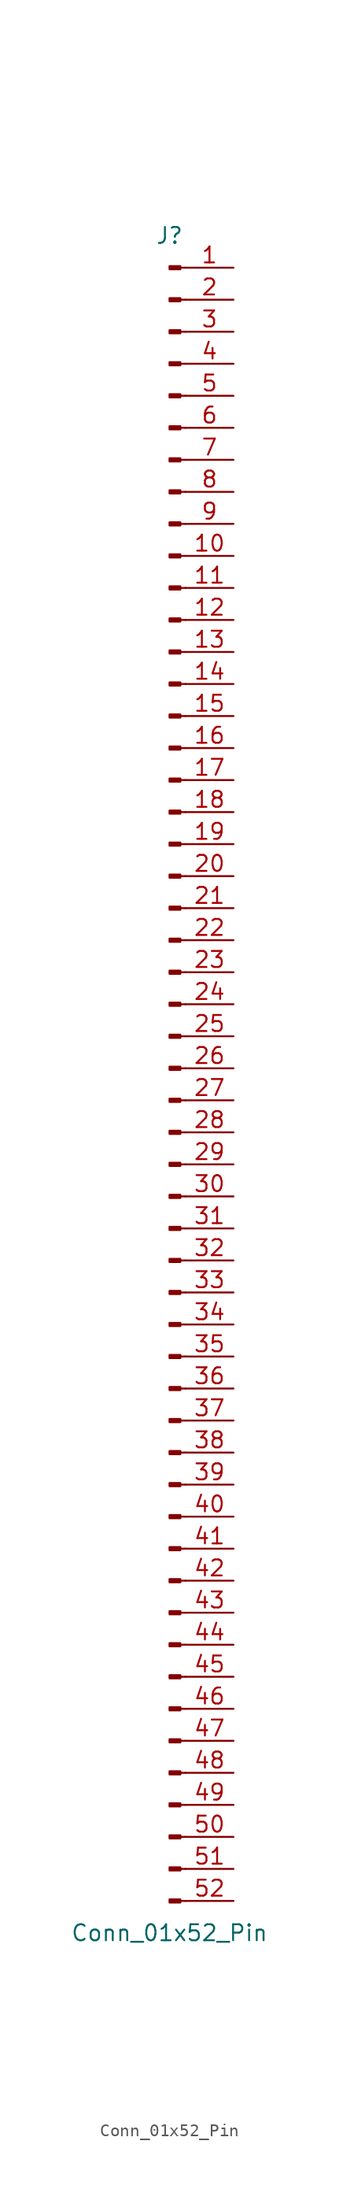
<source format=kicad_sym>
(kicad_symbol_lib
  (version 20220914)
  (generator kicad_symbol_editor)
  (symbol "Conn_01x52_Pin"
    (pin_names
      (offset 1.016) hide)
    (property "Reference" "J"
      (at 0 66.04 0)
      (effects (font (size 1.27 1.27))))
    (property "Value" "Conn_01x52_Pin"
      (at 0 -68.58 0)
      (effects (font (size 1.27 1.27))))
    (property "ki_locked" ""
      (at 0 0 0)
      (effects (font (size 1.27 1.27))))
    (symbol "Conn_01x52_Pin_1_1"
      (polyline (pts (xy 1.27 -66.04) (xy 0.864 -66.04)) (stroke (width 0.152) (type default)) (fill (type none)))
      (polyline (pts (xy 1.27 -63.5) (xy 0.864 -63.5)) (stroke (width 0.152) (type default)) (fill (type none)))
      (polyline (pts (xy 1.27 -60.96) (xy 0.864 -60.96)) (stroke (width 0.152) (type default)) (fill (type none)))
      (polyline (pts (xy 1.27 -58.42) (xy 0.864 -58.42)) (stroke (width 0.152) (type default)) (fill (type none)))
      (polyline (pts (xy 1.27 -55.88) (xy 0.864 -55.88)) (stroke (width 0.152) (type default)) (fill (type none)))
      (polyline (pts (xy 1.27 -53.34) (xy 0.864 -53.34)) (stroke (width 0.152) (type default)) (fill (type none)))
      (polyline (pts (xy 1.27 -50.8) (xy 0.864 -50.8)) (stroke (width 0.152) (type default)) (fill (type none)))
      (polyline (pts (xy 1.27 -48.26) (xy 0.864 -48.26)) (stroke (width 0.152) (type default)) (fill (type none)))
      (polyline (pts (xy 1.27 -45.72) (xy 0.864 -45.72)) (stroke (width 0.152) (type default)) (fill (type none)))
      (polyline (pts (xy 1.27 -43.18) (xy 0.864 -43.18)) (stroke (width 0.152) (type default)) (fill (type none)))
      (polyline (pts (xy 1.27 -40.64) (xy 0.864 -40.64)) (stroke (width 0.152) (type default)) (fill (type none)))
      (polyline (pts (xy 1.27 -38.1) (xy 0.864 -38.1)) (stroke (width 0.152) (type default)) (fill (type none)))
      (polyline (pts (xy 1.27 -35.56) (xy 0.864 -35.56)) (stroke (width 0.152) (type default)) (fill (type none)))
      (polyline (pts (xy 1.27 -33.02) (xy 0.864 -33.02)) (stroke (width 0.152) (type default)) (fill (type none)))
      (polyline (pts (xy 1.27 -30.48) (xy 0.864 -30.48)) (stroke (width 0.152) (type default)) (fill (type none)))
      (polyline (pts (xy 1.27 -27.94) (xy 0.864 -27.94)) (stroke (width 0.152) (type default)) (fill (type none)))
      (polyline (pts (xy 1.27 -25.4) (xy 0.864 -25.4)) (stroke (width 0.152) (type default)) (fill (type none)))
      (polyline (pts (xy 1.27 -22.86) (xy 0.864 -22.86)) (stroke (width 0.152) (type default)) (fill (type none)))
      (polyline (pts (xy 1.27 -20.32) (xy 0.864 -20.32)) (stroke (width 0.152) (type default)) (fill (type none)))
      (polyline (pts (xy 1.27 -17.78) (xy 0.864 -17.78)) (stroke (width 0.152) (type default)) (fill (type none)))
      (polyline (pts (xy 1.27 -15.24) (xy 0.864 -15.24)) (stroke (width 0.152) (type default)) (fill (type none)))
      (polyline (pts (xy 1.27 -12.7) (xy 0.864 -12.7)) (stroke (width 0.152) (type default)) (fill (type none)))
      (polyline (pts (xy 1.27 -10.16) (xy 0.864 -10.16)) (stroke (width 0.152) (type default)) (fill (type none)))
      (polyline (pts (xy 1.27 -7.62) (xy 0.864 -7.62)) (stroke (width 0.152) (type default)) (fill (type none)))
      (polyline (pts (xy 1.27 -5.08) (xy 0.864 -5.08)) (stroke (width 0.152) (type default)) (fill (type none)))
      (polyline (pts (xy 1.27 -2.54) (xy 0.864 -2.54)) (stroke (width 0.152) (type default)) (fill (type none)))
      (polyline (pts (xy 1.27 0) (xy 0.864 0)) (stroke (width 0.152) (type default)) (fill (type none)))
      (polyline (pts (xy 1.27 2.54) (xy 0.864 2.54)) (stroke (width 0.152) (type default)) (fill (type none)))
      (polyline (pts (xy 1.27 5.08) (xy 0.864 5.08)) (stroke (width 0.152) (type default)) (fill (type none)))
      (polyline (pts (xy 1.27 7.62) (xy 0.864 7.62)) (stroke (width 0.152) (type default)) (fill (type none)))
      (polyline (pts (xy 1.27 10.16) (xy 0.864 10.16)) (stroke (width 0.152) (type default)) (fill (type none)))
      (polyline (pts (xy 1.27 12.7) (xy 0.864 12.7)) (stroke (width 0.152) (type default)) (fill (type none)))
      (polyline (pts (xy 1.27 15.24) (xy 0.864 15.24)) (stroke (width 0.152) (type default)) (fill (type none)))
      (polyline (pts (xy 1.27 17.78) (xy 0.864 17.78)) (stroke (width 0.152) (type default)) (fill (type none)))
      (polyline (pts (xy 1.27 20.32) (xy 0.864 20.32)) (stroke (width 0.152) (type default)) (fill (type none)))
      (polyline (pts (xy 1.27 22.86) (xy 0.864 22.86)) (stroke (width 0.152) (type default)) (fill (type none)))
      (polyline (pts (xy 1.27 25.4) (xy 0.864 25.4)) (stroke (width 0.152) (type default)) (fill (type none)))
      (polyline (pts (xy 1.27 27.94) (xy 0.864 27.94)) (stroke (width 0.152) (type default)) (fill (type none)))
      (polyline (pts (xy 1.27 30.48) (xy 0.864 30.48)) (stroke (width 0.152) (type default)) (fill (type none)))
      (polyline (pts (xy 1.27 33.02) (xy 0.864 33.02)) (stroke (width 0.152) (type default)) (fill (type none)))
      (polyline (pts (xy 1.27 35.56) (xy 0.864 35.56)) (stroke (width 0.152) (type default)) (fill (type none)))
      (polyline (pts (xy 1.27 38.1) (xy 0.864 38.1)) (stroke (width 0.152) (type default)) (fill (type none)))
      (polyline (pts (xy 1.27 40.64) (xy 0.864 40.64)) (stroke (width 0.152) (type default)) (fill (type none)))
      (polyline (pts (xy 1.27 43.18) (xy 0.864 43.18)) (stroke (width 0.152) (type default)) (fill (type none)))
      (polyline (pts (xy 1.27 45.72) (xy 0.864 45.72)) (stroke (width 0.152) (type default)) (fill (type none)))
      (polyline (pts (xy 1.27 48.26) (xy 0.864 48.26)) (stroke (width 0.152) (type default)) (fill (type none)))
      (polyline (pts (xy 1.27 50.8) (xy 0.864 50.8)) (stroke (width 0.152) (type default)) (fill (type none)))
      (polyline (pts (xy 1.27 53.34) (xy 0.864 53.34)) (stroke (width 0.152) (type default)) (fill (type none)))
      (polyline (pts (xy 1.27 55.88) (xy 0.864 55.88)) (stroke (width 0.152) (type default)) (fill (type none)))
      (polyline (pts (xy 1.27 58.42) (xy 0.864 58.42)) (stroke (width 0.152) (type default)) (fill (type none)))
      (polyline (pts (xy 1.27 60.96) (xy 0.864 60.96)) (stroke (width 0.152) (type default)) (fill (type none)))
      (polyline (pts (xy 1.27 63.5) (xy 0.864 63.5)) (stroke (width 0.152) (type default)) (fill (type none)))
      (rectangle (start 0.864 -65.913) (end 0 -66.167) (stroke (width 0.152) (type default)) (fill (type outline)))
      (rectangle (start 0.864 -63.373) (end 0 -63.627) (stroke (width 0.152) (type default)) (fill (type outline)))
      (rectangle (start 0.864 -60.833) (end 0 -61.087) (stroke (width 0.152) (type default)) (fill (type outline)))
      (rectangle (start 0.864 -58.293) (end 0 -58.547) (stroke (width 0.152) (type default)) (fill (type outline)))
      (rectangle (start 0.864 -55.753) (end 0 -56.007) (stroke (width 0.152) (type default)) (fill (type outline)))
      (rectangle (start 0.864 -53.213) (end 0 -53.467) (stroke (width 0.152) (type default)) (fill (type outline)))
      (rectangle (start 0.864 -50.673) (end 0 -50.927) (stroke (width 0.152) (type default)) (fill (type outline)))
      (rectangle (start 0.864 -48.133) (end 0 -48.387) (stroke (width 0.152) (type default)) (fill (type outline)))
      (rectangle (start 0.864 -45.593) (end 0 -45.847) (stroke (width 0.152) (type default)) (fill (type outline)))
      (rectangle (start 0.864 -43.053) (end 0 -43.307) (stroke (width 0.152) (type default)) (fill (type outline)))
      (rectangle (start 0.864 -40.513) (end 0 -40.767) (stroke (width 0.152) (type default)) (fill (type outline)))
      (rectangle (start 0.864 -37.973) (end 0 -38.227) (stroke (width 0.152) (type default)) (fill (type outline)))
      (rectangle (start 0.864 -35.433) (end 0 -35.687) (stroke (width 0.152) (type default)) (fill (type outline)))
      (rectangle (start 0.864 -32.893) (end 0 -33.147) (stroke (width 0.152) (type default)) (fill (type outline)))
      (rectangle (start 0.864 -30.353) (end 0 -30.607) (stroke (width 0.152) (type default)) (fill (type outline)))
      (rectangle (start 0.864 -27.813) (end 0 -28.067) (stroke (width 0.152) (type default)) (fill (type outline)))
      (rectangle (start 0.864 -25.273) (end 0 -25.527) (stroke (width 0.152) (type default)) (fill (type outline)))
      (rectangle (start 0.864 -22.733) (end 0 -22.987) (stroke (width 0.152) (type default)) (fill (type outline)))
      (rectangle (start 0.864 -20.193) (end 0 -20.447) (stroke (width 0.152) (type default)) (fill (type outline)))
      (rectangle (start 0.864 -17.653) (end 0 -17.907) (stroke (width 0.152) (type default)) (fill (type outline)))
      (rectangle (start 0.864 -15.113) (end 0 -15.367) (stroke (width 0.152) (type default)) (fill (type outline)))
      (rectangle (start 0.864 -12.573) (end 0 -12.827) (stroke (width 0.152) (type default)) (fill (type outline)))
      (rectangle (start 0.864 -10.033) (end 0 -10.287) (stroke (width 0.152) (type default)) (fill (type outline)))
      (rectangle (start 0.864 -7.493) (end 0 -7.747) (stroke (width 0.152) (type default)) (fill (type outline)))
      (rectangle (start 0.864 -4.953) (end 0 -5.207) (stroke (width 0.152) (type default)) (fill (type outline)))
      (rectangle (start 0.864 -2.413) (end 0 -2.667) (stroke (width 0.152) (type default)) (fill (type outline)))
      (rectangle (start 0.864 0.127) (end 0 -0.127) (stroke (width 0.152) (type default)) (fill (type outline)))
      (rectangle (start 0.864 2.667) (end 0 2.413) (stroke (width 0.152) (type default)) (fill (type outline)))
      (rectangle (start 0.864 5.207) (end 0 4.953) (stroke (width 0.152) (type default)) (fill (type outline)))
      (rectangle (start 0.864 7.747) (end 0 7.493) (stroke (width 0.152) (type default)) (fill (type outline)))
      (rectangle (start 0.864 10.287) (end 0 10.033) (stroke (width 0.152) (type default)) (fill (type outline)))
      (rectangle (start 0.864 12.827) (end 0 12.573) (stroke (width 0.152) (type default)) (fill (type outline)))
      (rectangle (start 0.864 15.367) (end 0 15.113) (stroke (width 0.152) (type default)) (fill (type outline)))
      (rectangle (start 0.864 17.907) (end 0 17.653) (stroke (width 0.152) (type default)) (fill (type outline)))
      (rectangle (start 0.864 20.447) (end 0 20.193) (stroke (width 0.152) (type default)) (fill (type outline)))
      (rectangle (start 0.864 22.987) (end 0 22.733) (stroke (width 0.152) (type default)) (fill (type outline)))
      (rectangle (start 0.864 25.527) (end 0 25.273) (stroke (width 0.152) (type default)) (fill (type outline)))
      (rectangle (start 0.864 28.067) (end 0 27.813) (stroke (width 0.152) (type default)) (fill (type outline)))
      (rectangle (start 0.864 30.607) (end 0 30.353) (stroke (width 0.152) (type default)) (fill (type outline)))
      (rectangle (start 0.864 33.147) (end 0 32.893) (stroke (width 0.152) (type default)) (fill (type outline)))
      (rectangle (start 0.864 35.687) (end 0 35.433) (stroke (width 0.152) (type default)) (fill (type outline)))
      (rectangle (start 0.864 38.227) (end 0 37.973) (stroke (width 0.152) (type default)) (fill (type outline)))
      (rectangle (start 0.864 40.767) (end 0 40.513) (stroke (width 0.152) (type default)) (fill (type outline)))
      (rectangle (start 0.864 43.307) (end 0 43.053) (stroke (width 0.152) (type default)) (fill (type outline)))
      (rectangle (start 0.864 45.847) (end 0 45.593) (stroke (width 0.152) (type default)) (fill (type outline)))
      (rectangle (start 0.864 48.387) (end 0 48.133) (stroke (width 0.152) (type default)) (fill (type outline)))
      (rectangle (start 0.864 50.927) (end 0 50.673) (stroke (width 0.152) (type default)) (fill (type outline)))
      (rectangle (start 0.864 53.467) (end 0 53.213) (stroke (width 0.152) (type default)) (fill (type outline)))
      (rectangle (start 0.864 56.007) (end 0 55.753) (stroke (width 0.152) (type default)) (fill (type outline)))
      (rectangle (start 0.864 58.547) (end 0 58.293) (stroke (width 0.152) (type default)) (fill (type outline)))
      (rectangle (start 0.864 61.087) (end 0 60.833) (stroke (width 0.152) (type default)) (fill (type outline)))
      (rectangle (start 0.864 63.627) (end 0 63.373) (stroke (width 0.152) (type default)) (fill (type outline)))
      (pin passive line (at 5.08 63.5 180) (length 3.81) (name "Pin_1" (effects (font (size 1.27 1.27)))) (number "1" (effects (font (size 1.27 1.27)))))
      (pin passive line (at 5.08 40.64 180) (length 3.81) (name "Pin_10" (effects (font (size 1.27 1.27)))) (number "10" (effects (font (size 1.27 1.27)))))
      (pin passive line (at 5.08 38.1 180) (length 3.81) (name "Pin_11" (effects (font (size 1.27 1.27)))) (number "11" (effects (font (size 1.27 1.27)))))
      (pin passive line (at 5.08 35.56 180) (length 3.81) (name "Pin_12" (effects (font (size 1.27 1.27)))) (number "12" (effects (font (size 1.27 1.27)))))
      (pin passive line (at 5.08 33.02 180) (length 3.81) (name "Pin_13" (effects (font (size 1.27 1.27)))) (number "13" (effects (font (size 1.27 1.27)))))
      (pin passive line (at 5.08 30.48 180) (length 3.81) (name "Pin_14" (effects (font (size 1.27 1.27)))) (number "14" (effects (font (size 1.27 1.27)))))
      (pin passive line (at 5.08 27.94 180) (length 3.81) (name "Pin_15" (effects (font (size 1.27 1.27)))) (number "15" (effects (font (size 1.27 1.27)))))
      (pin passive line (at 5.08 25.4 180) (length 3.81) (name "Pin_16" (effects (font (size 1.27 1.27)))) (number "16" (effects (font (size 1.27 1.27)))))
      (pin passive line (at 5.08 22.86 180) (length 3.81) (name "Pin_17" (effects (font (size 1.27 1.27)))) (number "17" (effects (font (size 1.27 1.27)))))
      (pin passive line (at 5.08 20.32 180) (length 3.81) (name "Pin_18" (effects (font (size 1.27 1.27)))) (number "18" (effects (font (size 1.27 1.27)))))
      (pin passive line (at 5.08 17.78 180) (length 3.81) (name "Pin_19" (effects (font (size 1.27 1.27)))) (number "19" (effects (font (size 1.27 1.27)))))
      (pin passive line (at 5.08 60.96 180) (length 3.81) (name "Pin_2" (effects (font (size 1.27 1.27)))) (number "2" (effects (font (size 1.27 1.27)))))
      (pin passive line (at 5.08 15.24 180) (length 3.81) (name "Pin_20" (effects (font (size 1.27 1.27)))) (number "20" (effects (font (size 1.27 1.27)))))
      (pin passive line (at 5.08 12.7 180) (length 3.81) (name "Pin_21" (effects (font (size 1.27 1.27)))) (number "21" (effects (font (size 1.27 1.27)))))
      (pin passive line (at 5.08 10.16 180) (length 3.81) (name "Pin_22" (effects (font (size 1.27 1.27)))) (number "22" (effects (font (size 1.27 1.27)))))
      (pin passive line (at 5.08 7.62 180) (length 3.81) (name "Pin_23" (effects (font (size 1.27 1.27)))) (number "23" (effects (font (size 1.27 1.27)))))
      (pin passive line (at 5.08 5.08 180) (length 3.81) (name "Pin_24" (effects (font (size 1.27 1.27)))) (number "24" (effects (font (size 1.27 1.27)))))
      (pin passive line (at 5.08 2.54 180) (length 3.81) (name "Pin_25" (effects (font (size 1.27 1.27)))) (number "25" (effects (font (size 1.27 1.27)))))
      (pin passive line (at 5.08 0 180) (length 3.81) (name "Pin_26" (effects (font (size 1.27 1.27)))) (number "26" (effects (font (size 1.27 1.27)))))
      (pin passive line (at 5.08 -2.54 180) (length 3.81) (name "Pin_27" (effects (font (size 1.27 1.27)))) (number "27" (effects (font (size 1.27 1.27)))))
      (pin passive line (at 5.08 -5.08 180) (length 3.81) (name "Pin_28" (effects (font (size 1.27 1.27)))) (number "28" (effects (font (size 1.27 1.27)))))
      (pin passive line (at 5.08 -7.62 180) (length 3.81) (name "Pin_29" (effects (font (size 1.27 1.27)))) (number "29" (effects (font (size 1.27 1.27)))))
      (pin passive line (at 5.08 58.42 180) (length 3.81) (name "Pin_3" (effects (font (size 1.27 1.27)))) (number "3" (effects (font (size 1.27 1.27)))))
      (pin passive line (at 5.08 -10.16 180) (length 3.81) (name "Pin_30" (effects (font (size 1.27 1.27)))) (number "30" (effects (font (size 1.27 1.27)))))
      (pin passive line (at 5.08 -12.7 180) (length 3.81) (name "Pin_31" (effects (font (size 1.27 1.27)))) (number "31" (effects (font (size 1.27 1.27)))))
      (pin passive line (at 5.08 -15.24 180) (length 3.81) (name "Pin_32" (effects (font (size 1.27 1.27)))) (number "32" (effects (font (size 1.27 1.27)))))
      (pin passive line (at 5.08 -17.78 180) (length 3.81) (name "Pin_33" (effects (font (size 1.27 1.27)))) (number "33" (effects (font (size 1.27 1.27)))))
      (pin passive line (at 5.08 -20.32 180) (length 3.81) (name "Pin_34" (effects (font (size 1.27 1.27)))) (number "34" (effects (font (size 1.27 1.27)))))
      (pin passive line (at 5.08 -22.86 180) (length 3.81) (name "Pin_35" (effects (font (size 1.27 1.27)))) (number "35" (effects (font (size 1.27 1.27)))))
      (pin passive line (at 5.08 -25.4 180) (length 3.81) (name "Pin_36" (effects (font (size 1.27 1.27)))) (number "36" (effects (font (size 1.27 1.27)))))
      (pin passive line (at 5.08 -27.94 180) (length 3.81) (name "Pin_37" (effects (font (size 1.27 1.27)))) (number "37" (effects (font (size 1.27 1.27)))))
      (pin passive line (at 5.08 -30.48 180) (length 3.81) (name "Pin_38" (effects (font (size 1.27 1.27)))) (number "38" (effects (font (size 1.27 1.27)))))
      (pin passive line (at 5.08 -33.02 180) (length 3.81) (name "Pin_39" (effects (font (size 1.27 1.27)))) (number "39" (effects (font (size 1.27 1.27)))))
      (pin passive line (at 5.08 55.88 180) (length 3.81) (name "Pin_4" (effects (font (size 1.27 1.27)))) (number "4" (effects (font (size 1.27 1.27)))))
      (pin passive line (at 5.08 -35.56 180) (length 3.81) (name "Pin_40" (effects (font (size 1.27 1.27)))) (number "40" (effects (font (size 1.27 1.27)))))
      (pin passive line (at 5.08 -38.1 180) (length 3.81) (name "Pin_41" (effects (font (size 1.27 1.27)))) (number "41" (effects (font (size 1.27 1.27)))))
      (pin passive line (at 5.08 -40.64 180) (length 3.81) (name "Pin_42" (effects (font (size 1.27 1.27)))) (number "42" (effects (font (size 1.27 1.27)))))
      (pin passive line (at 5.08 -43.18 180) (length 3.81) (name "Pin_43" (effects (font (size 1.27 1.27)))) (number "43" (effects (font (size 1.27 1.27)))))
      (pin passive line (at 5.08 -45.72 180) (length 3.81) (name "Pin_44" (effects (font (size 1.27 1.27)))) (number "44" (effects (font (size 1.27 1.27)))))
      (pin passive line (at 5.08 -48.26 180) (length 3.81) (name "Pin_45" (effects (font (size 1.27 1.27)))) (number "45" (effects (font (size 1.27 1.27)))))
      (pin passive line (at 5.08 -50.8 180) (length 3.81) (name "Pin_46" (effects (font (size 1.27 1.27)))) (number "46" (effects (font (size 1.27 1.27)))))
      (pin passive line (at 5.08 -53.34 180) (length 3.81) (name "Pin_47" (effects (font (size 1.27 1.27)))) (number "47" (effects (font (size 1.27 1.27)))))
      (pin passive line (at 5.08 -55.88 180) (length 3.81) (name "Pin_48" (effects (font (size 1.27 1.27)))) (number "48" (effects (font (size 1.27 1.27)))))
      (pin passive line (at 5.08 -58.42 180) (length 3.81) (name "Pin_49" (effects (font (size 1.27 1.27)))) (number "49" (effects (font (size 1.27 1.27)))))
      (pin passive line (at 5.08 53.34 180) (length 3.81) (name "Pin_5" (effects (font (size 1.27 1.27)))) (number "5" (effects (font (size 1.27 1.27)))))
      (pin passive line (at 5.08 -60.96 180) (length 3.81) (name "Pin_50" (effects (font (size 1.27 1.27)))) (number "50" (effects (font (size 1.27 1.27)))))
      (pin passive line (at 5.08 -63.5 180) (length 3.81) (name "Pin_51" (effects (font (size 1.27 1.27)))) (number "51" (effects (font (size 1.27 1.27)))))
      (pin passive line (at 5.08 -66.04 180) (length 3.81) (name "Pin_52" (effects (font (size 1.27 1.27)))) (number "52" (effects (font (size 1.27 1.27)))))
      (pin passive line (at 5.08 50.8 180) (length 3.81) (name "Pin_6" (effects (font (size 1.27 1.27)))) (number "6" (effects (font (size 1.27 1.27)))))
      (pin passive line (at 5.08 48.26 180) (length 3.81) (name "Pin_7" (effects (font (size 1.27 1.27)))) (number "7" (effects (font (size 1.27 1.27)))))
      (pin passive line (at 5.08 45.72 180) (length 3.81) (name "Pin_8" (effects (font (size 1.27 1.27)))) (number "8" (effects (font (size 1.27 1.27)))))
      (pin passive line (at 5.08 43.18 180) (length 3.81) (name "Pin_9" (effects (font (size 1.27 1.27)))) (number "9" (effects (font (size 1.27 1.27))))))))
</source>
